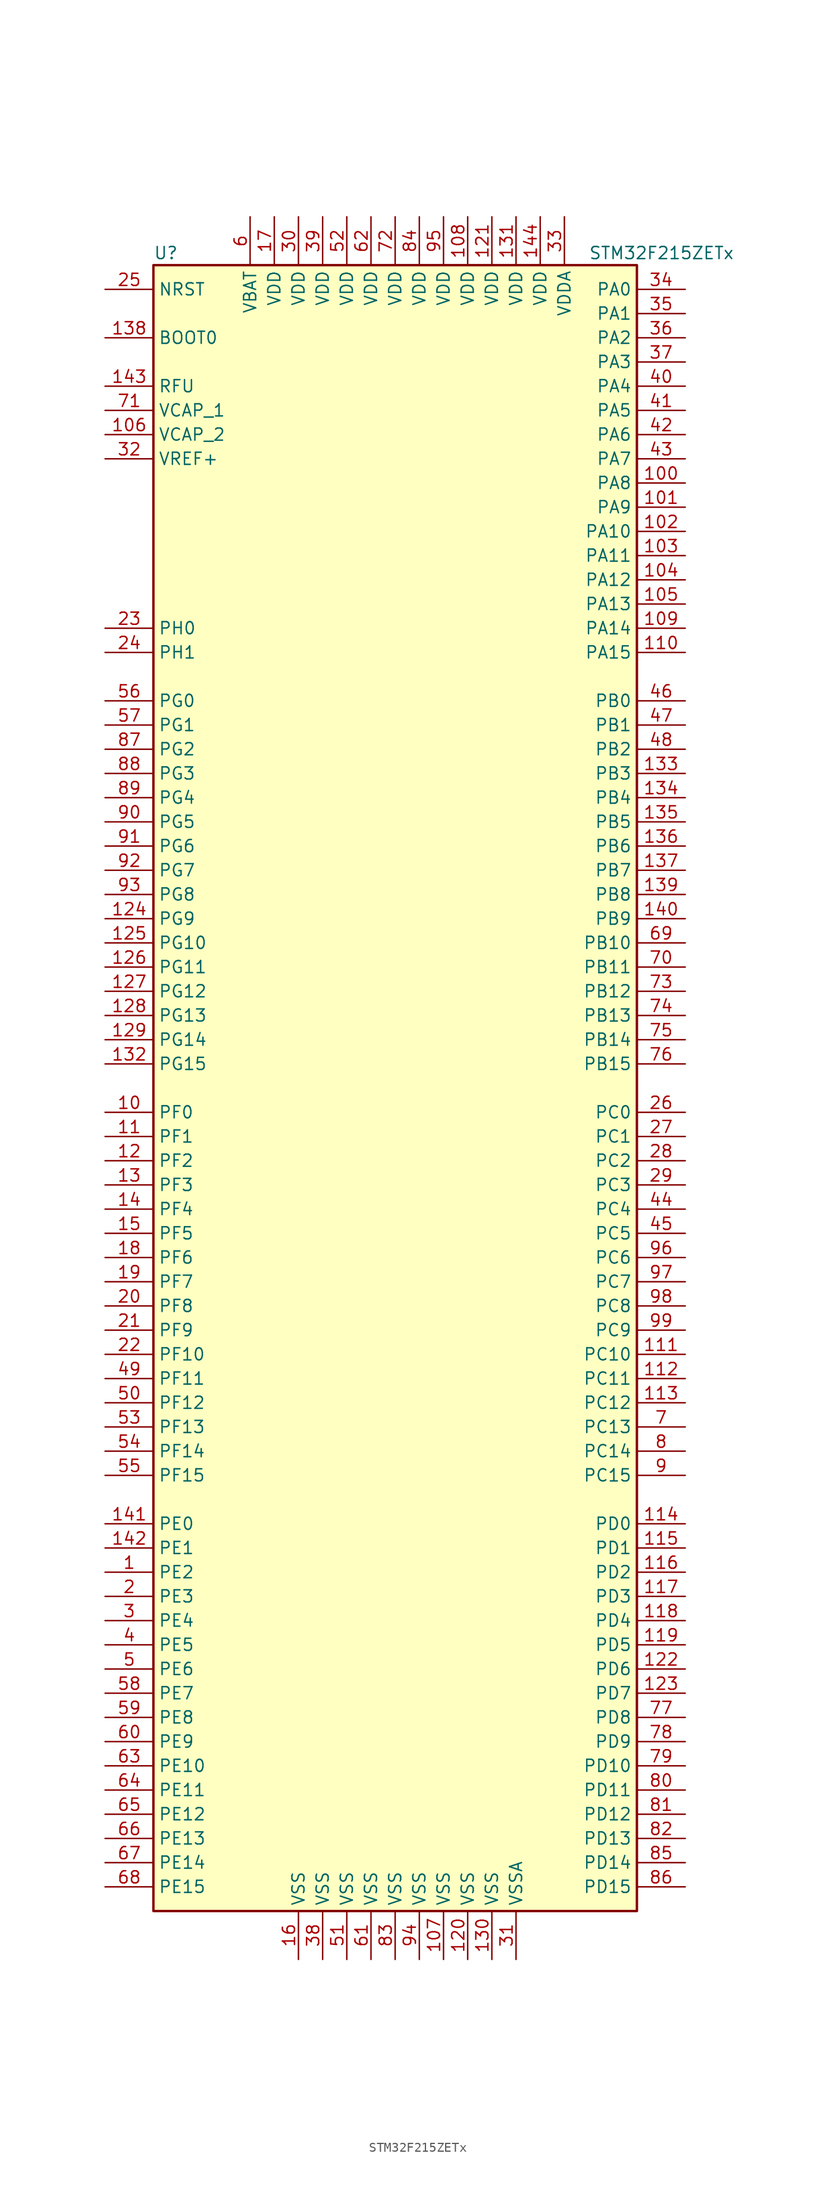
<source format=kicad_sym>
(kicad_symbol_lib
  (version 20201005)
  (generator kicad_symbol_editor)
  (symbol "STM32F215ZETx"
    (property "Reference" "U"
      (at -25.4 87.63 0)
      (effects (font (size 1.27 1.27)) (justify left)))
    (property "Value" "STM32F215ZETx"
      (at 20.32 87.63 0)
      (effects (font (size 1.27 1.27)) (justify left)))
    (symbol "STM32F215ZETx_0_1"
      (rectangle (start -25.4 -86.36) (end 25.4 86.36) (stroke (width 0.254)) (fill (type background))))
    (symbol "STM32F215ZETx_1_1"
      (pin bidirectional line (at -30.48 -50.8 0) (length 5.08) (name "PE2" (effects (font (size 1.27 1.27)))) (number "1" (effects (font (size 1.27 1.27)))))
      (pin bidirectional line (at -30.48 -2.54 0) (length 5.08) (name "PF0" (effects (font (size 1.27 1.27)))) (number "10" (effects (font (size 1.27 1.27)))))
      (pin bidirectional line (at 30.48 63.5 180) (length 5.08) (name "PA8" (effects (font (size 1.27 1.27)))) (number "100" (effects (font (size 1.27 1.27)))))
      (pin bidirectional line (at 30.48 60.96 180) (length 5.08) (name "PA9" (effects (font (size 1.27 1.27)))) (number "101" (effects (font (size 1.27 1.27)))))
      (pin bidirectional line (at 30.48 58.42 180) (length 5.08) (name "PA10" (effects (font (size 1.27 1.27)))) (number "102" (effects (font (size 1.27 1.27)))))
      (pin bidirectional line (at 30.48 55.88 180) (length 5.08) (name "PA11" (effects (font (size 1.27 1.27)))) (number "103" (effects (font (size 1.27 1.27)))))
      (pin bidirectional line (at 30.48 53.34 180) (length 5.08) (name "PA12" (effects (font (size 1.27 1.27)))) (number "104" (effects (font (size 1.27 1.27)))))
      (pin bidirectional line (at 30.48 50.8 180) (length 5.08) (name "PA13" (effects (font (size 1.27 1.27)))) (number "105" (effects (font (size 1.27 1.27)))))
      (pin power_in line (at -30.48 68.58 0) (length 5.08) (name "VCAP_2" (effects (font (size 1.27 1.27)))) (number "106" (effects (font (size 1.27 1.27)))))
      (pin power_in line (at 5.08 -91.44 90) (length 5.08) (name "VSS" (effects (font (size 1.27 1.27)))) (number "107" (effects (font (size 1.27 1.27)))))
      (pin power_in line (at 7.62 91.44 270) (length 5.08) (name "VDD" (effects (font (size 1.27 1.27)))) (number "108" (effects (font (size 1.27 1.27)))))
      (pin bidirectional line (at 30.48 48.26 180) (length 5.08) (name "PA14" (effects (font (size 1.27 1.27)))) (number "109" (effects (font (size 1.27 1.27)))))
      (pin bidirectional line (at -30.48 -5.08 0) (length 5.08) (name "PF1" (effects (font (size 1.27 1.27)))) (number "11" (effects (font (size 1.27 1.27)))))
      (pin bidirectional line (at 30.48 45.72 180) (length 5.08) (name "PA15" (effects (font (size 1.27 1.27)))) (number "110" (effects (font (size 1.27 1.27)))))
      (pin bidirectional line (at 30.48 -27.94 180) (length 5.08) (name "PC10" (effects (font (size 1.27 1.27)))) (number "111" (effects (font (size 1.27 1.27)))))
      (pin bidirectional line (at 30.48 -30.48 180) (length 5.08) (name "PC11" (effects (font (size 1.27 1.27)))) (number "112" (effects (font (size 1.27 1.27)))))
      (pin bidirectional line (at 30.48 -33.02 180) (length 5.08) (name "PC12" (effects (font (size 1.27 1.27)))) (number "113" (effects (font (size 1.27 1.27)))))
      (pin bidirectional line (at 30.48 -45.72 180) (length 5.08) (name "PD0" (effects (font (size 1.27 1.27)))) (number "114" (effects (font (size 1.27 1.27)))))
      (pin bidirectional line (at 30.48 -48.26 180) (length 5.08) (name "PD1" (effects (font (size 1.27 1.27)))) (number "115" (effects (font (size 1.27 1.27)))))
      (pin bidirectional line (at 30.48 -50.8 180) (length 5.08) (name "PD2" (effects (font (size 1.27 1.27)))) (number "116" (effects (font (size 1.27 1.27)))))
      (pin bidirectional line (at 30.48 -53.34 180) (length 5.08) (name "PD3" (effects (font (size 1.27 1.27)))) (number "117" (effects (font (size 1.27 1.27)))))
      (pin bidirectional line (at 30.48 -55.88 180) (length 5.08) (name "PD4" (effects (font (size 1.27 1.27)))) (number "118" (effects (font (size 1.27 1.27)))))
      (pin bidirectional line (at 30.48 -58.42 180) (length 5.08) (name "PD5" (effects (font (size 1.27 1.27)))) (number "119" (effects (font (size 1.27 1.27)))))
      (pin bidirectional line (at -30.48 -7.62 0) (length 5.08) (name "PF2" (effects (font (size 1.27 1.27)))) (number "12" (effects (font (size 1.27 1.27)))))
      (pin power_in line (at 7.62 -91.44 90) (length 5.08) (name "VSS" (effects (font (size 1.27 1.27)))) (number "120" (effects (font (size 1.27 1.27)))))
      (pin power_in line (at 10.16 91.44 270) (length 5.08) (name "VDD" (effects (font (size 1.27 1.27)))) (number "121" (effects (font (size 1.27 1.27)))))
      (pin bidirectional line (at 30.48 -60.96 180) (length 5.08) (name "PD6" (effects (font (size 1.27 1.27)))) (number "122" (effects (font (size 1.27 1.27)))))
      (pin bidirectional line (at 30.48 -63.5 180) (length 5.08) (name "PD7" (effects (font (size 1.27 1.27)))) (number "123" (effects (font (size 1.27 1.27)))))
      (pin bidirectional line (at -30.48 17.78 0) (length 5.08) (name "PG9" (effects (font (size 1.27 1.27)))) (number "124" (effects (font (size 1.27 1.27)))))
      (pin bidirectional line (at -30.48 15.24 0) (length 5.08) (name "PG10" (effects (font (size 1.27 1.27)))) (number "125" (effects (font (size 1.27 1.27)))))
      (pin bidirectional line (at -30.48 12.7 0) (length 5.08) (name "PG11" (effects (font (size 1.27 1.27)))) (number "126" (effects (font (size 1.27 1.27)))))
      (pin bidirectional line (at -30.48 10.16 0) (length 5.08) (name "PG12" (effects (font (size 1.27 1.27)))) (number "127" (effects (font (size 1.27 1.27)))))
      (pin bidirectional line (at -30.48 7.62 0) (length 5.08) (name "PG13" (effects (font (size 1.27 1.27)))) (number "128" (effects (font (size 1.27 1.27)))))
      (pin bidirectional line (at -30.48 5.08 0) (length 5.08) (name "PG14" (effects (font (size 1.27 1.27)))) (number "129" (effects (font (size 1.27 1.27)))))
      (pin bidirectional line (at -30.48 -10.16 0) (length 5.08) (name "PF3" (effects (font (size 1.27 1.27)))) (number "13" (effects (font (size 1.27 1.27)))))
      (pin power_in line (at 10.16 -91.44 90) (length 5.08) (name "VSS" (effects (font (size 1.27 1.27)))) (number "130" (effects (font (size 1.27 1.27)))))
      (pin power_in line (at 12.7 91.44 270) (length 5.08) (name "VDD" (effects (font (size 1.27 1.27)))) (number "131" (effects (font (size 1.27 1.27)))))
      (pin bidirectional line (at -30.48 2.54 0) (length 5.08) (name "PG15" (effects (font (size 1.27 1.27)))) (number "132" (effects (font (size 1.27 1.27)))))
      (pin bidirectional line (at 30.48 33.02 180) (length 5.08) (name "PB3" (effects (font (size 1.27 1.27)))) (number "133" (effects (font (size 1.27 1.27)))))
      (pin bidirectional line (at 30.48 30.48 180) (length 5.08) (name "PB4" (effects (font (size 1.27 1.27)))) (number "134" (effects (font (size 1.27 1.27)))))
      (pin bidirectional line (at 30.48 27.94 180) (length 5.08) (name "PB5" (effects (font (size 1.27 1.27)))) (number "135" (effects (font (size 1.27 1.27)))))
      (pin bidirectional line (at 30.48 25.4 180) (length 5.08) (name "PB6" (effects (font (size 1.27 1.27)))) (number "136" (effects (font (size 1.27 1.27)))))
      (pin bidirectional line (at 30.48 22.86 180) (length 5.08) (name "PB7" (effects (font (size 1.27 1.27)))) (number "137" (effects (font (size 1.27 1.27)))))
      (pin input line (at -30.48 78.74 0) (length 5.08) (name "BOOT0" (effects (font (size 1.27 1.27)))) (number "138" (effects (font (size 1.27 1.27)))))
      (pin bidirectional line (at 30.48 20.32 180) (length 5.08) (name "PB8" (effects (font (size 1.27 1.27)))) (number "139" (effects (font (size 1.27 1.27)))))
      (pin bidirectional line (at -30.48 -12.7 0) (length 5.08) (name "PF4" (effects (font (size 1.27 1.27)))) (number "14" (effects (font (size 1.27 1.27)))))
      (pin bidirectional line (at 30.48 17.78 180) (length 5.08) (name "PB9" (effects (font (size 1.27 1.27)))) (number "140" (effects (font (size 1.27 1.27)))))
      (pin bidirectional line (at -30.48 -45.72 0) (length 5.08) (name "PE0" (effects (font (size 1.27 1.27)))) (number "141" (effects (font (size 1.27 1.27)))))
      (pin bidirectional line (at -30.48 -48.26 0) (length 5.08) (name "PE1" (effects (font (size 1.27 1.27)))) (number "142" (effects (font (size 1.27 1.27)))))
      (pin power_in line (at -30.48 73.66 0) (length 5.08) (name "RFU" (effects (font (size 1.27 1.27)))) (number "143" (effects (font (size 1.27 1.27)))))
      (pin power_in line (at 15.24 91.44 270) (length 5.08) (name "VDD" (effects (font (size 1.27 1.27)))) (number "144" (effects (font (size 1.27 1.27)))))
      (pin bidirectional line (at -30.48 -15.24 0) (length 5.08) (name "PF5" (effects (font (size 1.27 1.27)))) (number "15" (effects (font (size 1.27 1.27)))))
      (pin power_in line (at -10.16 -91.44 90) (length 5.08) (name "VSS" (effects (font (size 1.27 1.27)))) (number "16" (effects (font (size 1.27 1.27)))))
      (pin power_in line (at -12.7 91.44 270) (length 5.08) (name "VDD" (effects (font (size 1.27 1.27)))) (number "17" (effects (font (size 1.27 1.27)))))
      (pin bidirectional line (at -30.48 -17.78 0) (length 5.08) (name "PF6" (effects (font (size 1.27 1.27)))) (number "18" (effects (font (size 1.27 1.27)))))
      (pin bidirectional line (at -30.48 -20.32 0) (length 5.08) (name "PF7" (effects (font (size 1.27 1.27)))) (number "19" (effects (font (size 1.27 1.27)))))
      (pin bidirectional line (at -30.48 -53.34 0) (length 5.08) (name "PE3" (effects (font (size 1.27 1.27)))) (number "2" (effects (font (size 1.27 1.27)))))
      (pin bidirectional line (at -30.48 -22.86 0) (length 5.08) (name "PF8" (effects (font (size 1.27 1.27)))) (number "20" (effects (font (size 1.27 1.27)))))
      (pin bidirectional line (at -30.48 -25.4 0) (length 5.08) (name "PF9" (effects (font (size 1.27 1.27)))) (number "21" (effects (font (size 1.27 1.27)))))
      (pin bidirectional line (at -30.48 -27.94 0) (length 5.08) (name "PF10" (effects (font (size 1.27 1.27)))) (number "22" (effects (font (size 1.27 1.27)))))
      (pin input line (at -30.48 48.26 0) (length 5.08) (name "PH0" (effects (font (size 1.27 1.27)))) (number "23" (effects (font (size 1.27 1.27)))))
      (pin input line (at -30.48 45.72 0) (length 5.08) (name "PH1" (effects (font (size 1.27 1.27)))) (number "24" (effects (font (size 1.27 1.27)))))
      (pin input line (at -30.48 83.82 0) (length 5.08) (name "NRST" (effects (font (size 1.27 1.27)))) (number "25" (effects (font (size 1.27 1.27)))))
      (pin bidirectional line (at 30.48 -2.54 180) (length 5.08) (name "PC0" (effects (font (size 1.27 1.27)))) (number "26" (effects (font (size 1.27 1.27)))))
      (pin bidirectional line (at 30.48 -5.08 180) (length 5.08) (name "PC1" (effects (font (size 1.27 1.27)))) (number "27" (effects (font (size 1.27 1.27)))))
      (pin bidirectional line (at 30.48 -7.62 180) (length 5.08) (name "PC2" (effects (font (size 1.27 1.27)))) (number "28" (effects (font (size 1.27 1.27)))))
      (pin bidirectional line (at 30.48 -10.16 180) (length 5.08) (name "PC3" (effects (font (size 1.27 1.27)))) (number "29" (effects (font (size 1.27 1.27)))))
      (pin bidirectional line (at -30.48 -55.88 0) (length 5.08) (name "PE4" (effects (font (size 1.27 1.27)))) (number "3" (effects (font (size 1.27 1.27)))))
      (pin power_in line (at -10.16 91.44 270) (length 5.08) (name "VDD" (effects (font (size 1.27 1.27)))) (number "30" (effects (font (size 1.27 1.27)))))
      (pin power_in line (at 12.7 -91.44 90) (length 5.08) (name "VSSA" (effects (font (size 1.27 1.27)))) (number "31" (effects (font (size 1.27 1.27)))))
      (pin power_in line (at -30.48 66.04 0) (length 5.08) (name "VREF+" (effects (font (size 1.27 1.27)))) (number "32" (effects (font (size 1.27 1.27)))))
      (pin power_in line (at 17.78 91.44 270) (length 5.08) (name "VDDA" (effects (font (size 1.27 1.27)))) (number "33" (effects (font (size 1.27 1.27)))))
      (pin bidirectional line (at 30.48 83.82 180) (length 5.08) (name "PA0" (effects (font (size 1.27 1.27)))) (number "34" (effects (font (size 1.27 1.27)))))
      (pin bidirectional line (at 30.48 81.28 180) (length 5.08) (name "PA1" (effects (font (size 1.27 1.27)))) (number "35" (effects (font (size 1.27 1.27)))))
      (pin bidirectional line (at 30.48 78.74 180) (length 5.08) (name "PA2" (effects (font (size 1.27 1.27)))) (number "36" (effects (font (size 1.27 1.27)))))
      (pin bidirectional line (at 30.48 76.2 180) (length 5.08) (name "PA3" (effects (font (size 1.27 1.27)))) (number "37" (effects (font (size 1.27 1.27)))))
      (pin power_in line (at -7.62 -91.44 90) (length 5.08) (name "VSS" (effects (font (size 1.27 1.27)))) (number "38" (effects (font (size 1.27 1.27)))))
      (pin power_in line (at -7.62 91.44 270) (length 5.08) (name "VDD" (effects (font (size 1.27 1.27)))) (number "39" (effects (font (size 1.27 1.27)))))
      (pin bidirectional line (at -30.48 -58.42 0) (length 5.08) (name "PE5" (effects (font (size 1.27 1.27)))) (number "4" (effects (font (size 1.27 1.27)))))
      (pin bidirectional line (at 30.48 73.66 180) (length 5.08) (name "PA4" (effects (font (size 1.27 1.27)))) (number "40" (effects (font (size 1.27 1.27)))))
      (pin bidirectional line (at 30.48 71.12 180) (length 5.08) (name "PA5" (effects (font (size 1.27 1.27)))) (number "41" (effects (font (size 1.27 1.27)))))
      (pin bidirectional line (at 30.48 68.58 180) (length 5.08) (name "PA6" (effects (font (size 1.27 1.27)))) (number "42" (effects (font (size 1.27 1.27)))))
      (pin bidirectional line (at 30.48 66.04 180) (length 5.08) (name "PA7" (effects (font (size 1.27 1.27)))) (number "43" (effects (font (size 1.27 1.27)))))
      (pin bidirectional line (at 30.48 -12.7 180) (length 5.08) (name "PC4" (effects (font (size 1.27 1.27)))) (number "44" (effects (font (size 1.27 1.27)))))
      (pin bidirectional line (at 30.48 -15.24 180) (length 5.08) (name "PC5" (effects (font (size 1.27 1.27)))) (number "45" (effects (font (size 1.27 1.27)))))
      (pin bidirectional line (at 30.48 40.64 180) (length 5.08) (name "PB0" (effects (font (size 1.27 1.27)))) (number "46" (effects (font (size 1.27 1.27)))))
      (pin bidirectional line (at 30.48 38.1 180) (length 5.08) (name "PB1" (effects (font (size 1.27 1.27)))) (number "47" (effects (font (size 1.27 1.27)))))
      (pin bidirectional line (at 30.48 35.56 180) (length 5.08) (name "PB2" (effects (font (size 1.27 1.27)))) (number "48" (effects (font (size 1.27 1.27)))))
      (pin bidirectional line (at -30.48 -30.48 0) (length 5.08) (name "PF11" (effects (font (size 1.27 1.27)))) (number "49" (effects (font (size 1.27 1.27)))))
      (pin bidirectional line (at -30.48 -60.96 0) (length 5.08) (name "PE6" (effects (font (size 1.27 1.27)))) (number "5" (effects (font (size 1.27 1.27)))))
      (pin bidirectional line (at -30.48 -33.02 0) (length 5.08) (name "PF12" (effects (font (size 1.27 1.27)))) (number "50" (effects (font (size 1.27 1.27)))))
      (pin power_in line (at -5.08 -91.44 90) (length 5.08) (name "VSS" (effects (font (size 1.27 1.27)))) (number "51" (effects (font (size 1.27 1.27)))))
      (pin power_in line (at -5.08 91.44 270) (length 5.08) (name "VDD" (effects (font (size 1.27 1.27)))) (number "52" (effects (font (size 1.27 1.27)))))
      (pin bidirectional line (at -30.48 -35.56 0) (length 5.08) (name "PF13" (effects (font (size 1.27 1.27)))) (number "53" (effects (font (size 1.27 1.27)))))
      (pin bidirectional line (at -30.48 -38.1 0) (length 5.08) (name "PF14" (effects (font (size 1.27 1.27)))) (number "54" (effects (font (size 1.27 1.27)))))
      (pin bidirectional line (at -30.48 -40.64 0) (length 5.08) (name "PF15" (effects (font (size 1.27 1.27)))) (number "55" (effects (font (size 1.27 1.27)))))
      (pin bidirectional line (at -30.48 40.64 0) (length 5.08) (name "PG0" (effects (font (size 1.27 1.27)))) (number "56" (effects (font (size 1.27 1.27)))))
      (pin bidirectional line (at -30.48 38.1 0) (length 5.08) (name "PG1" (effects (font (size 1.27 1.27)))) (number "57" (effects (font (size 1.27 1.27)))))
      (pin bidirectional line (at -30.48 -63.5 0) (length 5.08) (name "PE7" (effects (font (size 1.27 1.27)))) (number "58" (effects (font (size 1.27 1.27)))))
      (pin bidirectional line (at -30.48 -66.04 0) (length 5.08) (name "PE8" (effects (font (size 1.27 1.27)))) (number "59" (effects (font (size 1.27 1.27)))))
      (pin power_in line (at -15.24 91.44 270) (length 5.08) (name "VBAT" (effects (font (size 1.27 1.27)))) (number "6" (effects (font (size 1.27 1.27)))))
      (pin bidirectional line (at -30.48 -68.58 0) (length 5.08) (name "PE9" (effects (font (size 1.27 1.27)))) (number "60" (effects (font (size 1.27 1.27)))))
      (pin power_in line (at -2.54 -91.44 90) (length 5.08) (name "VSS" (effects (font (size 1.27 1.27)))) (number "61" (effects (font (size 1.27 1.27)))))
      (pin power_in line (at -2.54 91.44 270) (length 5.08) (name "VDD" (effects (font (size 1.27 1.27)))) (number "62" (effects (font (size 1.27 1.27)))))
      (pin bidirectional line (at -30.48 -71.12 0) (length 5.08) (name "PE10" (effects (font (size 1.27 1.27)))) (number "63" (effects (font (size 1.27 1.27)))))
      (pin bidirectional line (at -30.48 -73.66 0) (length 5.08) (name "PE11" (effects (font (size 1.27 1.27)))) (number "64" (effects (font (size 1.27 1.27)))))
      (pin bidirectional line (at -30.48 -76.2 0) (length 5.08) (name "PE12" (effects (font (size 1.27 1.27)))) (number "65" (effects (font (size 1.27 1.27)))))
      (pin bidirectional line (at -30.48 -78.74 0) (length 5.08) (name "PE13" (effects (font (size 1.27 1.27)))) (number "66" (effects (font (size 1.27 1.27)))))
      (pin bidirectional line (at -30.48 -81.28 0) (length 5.08) (name "PE14" (effects (font (size 1.27 1.27)))) (number "67" (effects (font (size 1.27 1.27)))))
      (pin bidirectional line (at -30.48 -83.82 0) (length 5.08) (name "PE15" (effects (font (size 1.27 1.27)))) (number "68" (effects (font (size 1.27 1.27)))))
      (pin bidirectional line (at 30.48 15.24 180) (length 5.08) (name "PB10" (effects (font (size 1.27 1.27)))) (number "69" (effects (font (size 1.27 1.27)))))
      (pin bidirectional line (at 30.48 -35.56 180) (length 5.08) (name "PC13" (effects (font (size 1.27 1.27)))) (number "7" (effects (font (size 1.27 1.27)))))
      (pin bidirectional line (at 30.48 12.7 180) (length 5.08) (name "PB11" (effects (font (size 1.27 1.27)))) (number "70" (effects (font (size 1.27 1.27)))))
      (pin power_in line (at -30.48 71.12 0) (length 5.08) (name "VCAP_1" (effects (font (size 1.27 1.27)))) (number "71" (effects (font (size 1.27 1.27)))))
      (pin power_in line (at 0 91.44 270) (length 5.08) (name "VDD" (effects (font (size 1.27 1.27)))) (number "72" (effects (font (size 1.27 1.27)))))
      (pin bidirectional line (at 30.48 10.16 180) (length 5.08) (name "PB12" (effects (font (size 1.27 1.27)))) (number "73" (effects (font (size 1.27 1.27)))))
      (pin bidirectional line (at 30.48 7.62 180) (length 5.08) (name "PB13" (effects (font (size 1.27 1.27)))) (number "74" (effects (font (size 1.27 1.27)))))
      (pin bidirectional line (at 30.48 5.08 180) (length 5.08) (name "PB14" (effects (font (size 1.27 1.27)))) (number "75" (effects (font (size 1.27 1.27)))))
      (pin bidirectional line (at 30.48 2.54 180) (length 5.08) (name "PB15" (effects (font (size 1.27 1.27)))) (number "76" (effects (font (size 1.27 1.27)))))
      (pin bidirectional line (at 30.48 -66.04 180) (length 5.08) (name "PD8" (effects (font (size 1.27 1.27)))) (number "77" (effects (font (size 1.27 1.27)))))
      (pin bidirectional line (at 30.48 -68.58 180) (length 5.08) (name "PD9" (effects (font (size 1.27 1.27)))) (number "78" (effects (font (size 1.27 1.27)))))
      (pin bidirectional line (at 30.48 -71.12 180) (length 5.08) (name "PD10" (effects (font (size 1.27 1.27)))) (number "79" (effects (font (size 1.27 1.27)))))
      (pin bidirectional line (at 30.48 -38.1 180) (length 5.08) (name "PC14" (effects (font (size 1.27 1.27)))) (number "8" (effects (font (size 1.27 1.27)))))
      (pin bidirectional line (at 30.48 -73.66 180) (length 5.08) (name "PD11" (effects (font (size 1.27 1.27)))) (number "80" (effects (font (size 1.27 1.27)))))
      (pin bidirectional line (at 30.48 -76.2 180) (length 5.08) (name "PD12" (effects (font (size 1.27 1.27)))) (number "81" (effects (font (size 1.27 1.27)))))
      (pin bidirectional line (at 30.48 -78.74 180) (length 5.08) (name "PD13" (effects (font (size 1.27 1.27)))) (number "82" (effects (font (size 1.27 1.27)))))
      (pin power_in line (at 0 -91.44 90) (length 5.08) (name "VSS" (effects (font (size 1.27 1.27)))) (number "83" (effects (font (size 1.27 1.27)))))
      (pin power_in line (at 2.54 91.44 270) (length 5.08) (name "VDD" (effects (font (size 1.27 1.27)))) (number "84" (effects (font (size 1.27 1.27)))))
      (pin bidirectional line (at 30.48 -81.28 180) (length 5.08) (name "PD14" (effects (font (size 1.27 1.27)))) (number "85" (effects (font (size 1.27 1.27)))))
      (pin bidirectional line (at 30.48 -83.82 180) (length 5.08) (name "PD15" (effects (font (size 1.27 1.27)))) (number "86" (effects (font (size 1.27 1.27)))))
      (pin bidirectional line (at -30.48 35.56 0) (length 5.08) (name "PG2" (effects (font (size 1.27 1.27)))) (number "87" (effects (font (size 1.27 1.27)))))
      (pin bidirectional line (at -30.48 33.02 0) (length 5.08) (name "PG3" (effects (font (size 1.27 1.27)))) (number "88" (effects (font (size 1.27 1.27)))))
      (pin bidirectional line (at -30.48 30.48 0) (length 5.08) (name "PG4" (effects (font (size 1.27 1.27)))) (number "89" (effects (font (size 1.27 1.27)))))
      (pin bidirectional line (at 30.48 -40.64 180) (length 5.08) (name "PC15" (effects (font (size 1.27 1.27)))) (number "9" (effects (font (size 1.27 1.27)))))
      (pin bidirectional line (at -30.48 27.94 0) (length 5.08) (name "PG5" (effects (font (size 1.27 1.27)))) (number "90" (effects (font (size 1.27 1.27)))))
      (pin bidirectional line (at -30.48 25.4 0) (length 5.08) (name "PG6" (effects (font (size 1.27 1.27)))) (number "91" (effects (font (size 1.27 1.27)))))
      (pin bidirectional line (at -30.48 22.86 0) (length 5.08) (name "PG7" (effects (font (size 1.27 1.27)))) (number "92" (effects (font (size 1.27 1.27)))))
      (pin bidirectional line (at -30.48 20.32 0) (length 5.08) (name "PG8" (effects (font (size 1.27 1.27)))) (number "93" (effects (font (size 1.27 1.27)))))
      (pin power_in line (at 2.54 -91.44 90) (length 5.08) (name "VSS" (effects (font (size 1.27 1.27)))) (number "94" (effects (font (size 1.27 1.27)))))
      (pin power_in line (at 5.08 91.44 270) (length 5.08) (name "VDD" (effects (font (size 1.27 1.27)))) (number "95" (effects (font (size 1.27 1.27)))))
      (pin bidirectional line (at 30.48 -17.78 180) (length 5.08) (name "PC6" (effects (font (size 1.27 1.27)))) (number "96" (effects (font (size 1.27 1.27)))))
      (pin bidirectional line (at 30.48 -20.32 180) (length 5.08) (name "PC7" (effects (font (size 1.27 1.27)))) (number "97" (effects (font (size 1.27 1.27)))))
      (pin bidirectional line (at 30.48 -22.86 180) (length 5.08) (name "PC8" (effects (font (size 1.27 1.27)))) (number "98" (effects (font (size 1.27 1.27)))))
      (pin bidirectional line (at 30.48 -25.4 180) (length 5.08) (name "PC9" (effects (font (size 1.27 1.27)))) (number "99" (effects (font (size 1.27 1.27))))))))
</source>
